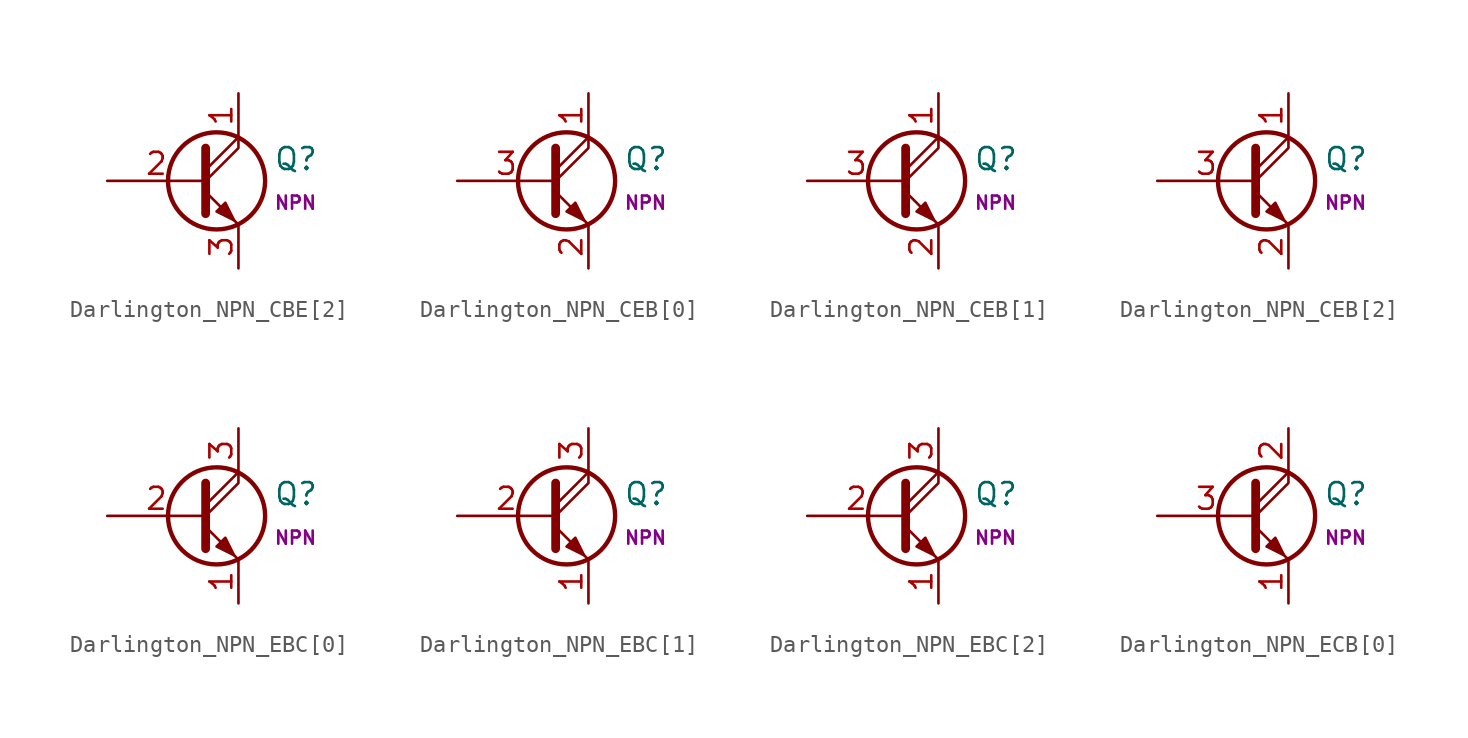
<source format=kicad_sym>
(kicad_symbol_lib
  (version 20211014)
  (generator kicad_symbol_editor)
  (symbol "Darlington_NPN_CBE[2]"
    (pin_names
      (offset 0) hide)
    (property "Reference" "Q"
      (at 4.572 1.27 0)
      (effects (font (size 1.27 1.27)) (justify left)))
    (property "Name" "NPN"
      (at 4.572 -1.27 0)
      (effects (font (size 0.762 0.762)) (justify left)))
    (symbol "Darlington_NPN_CBE[2]_0_1"
      (polyline (pts (xy 0.635 0.635) (xy 2.54 2.54)) (stroke (width 0) (type default) (color 0 0 0 0)) (fill (type none)))
      (polyline (pts (xy 0.635 -0.635) (xy 2.54 -2.54) (xy 2.54 -2.54)) (stroke (width 0) (type default) (color 0 0 0 0)) (fill (type none)))
      (polyline (pts (xy 0.635 0) (xy 2.54 1.905) (xy 2.54 2.54)) (stroke (width 0) (type default) (color 0 0 0 0)) (fill (type none)))
      (polyline (pts (xy 0.635 1.905) (xy 0.635 -1.905) (xy 0.635 -1.905)) (stroke (width 0.508) (type default) (color 0 0 0 0)) (fill (type none)))
      (polyline (pts (xy 1.27 -1.778) (xy 1.778 -1.27) (xy 2.286 -2.286) (xy 1.27 -1.778) (xy 1.27 -1.778)) (stroke (width 0) (type default) (color 0 0 0 0)) (fill (type outline)))
      (circle (center 1.27 0) (radius 2.819) (stroke (width 0.254) (type default) (color 0 0 0 0)) (fill (type none))))
    (symbol "Darlington_NPN_CBE[2]_1_1"
      (pin passive line (at 2.54 5.08 270) (length 2.54) (name "C" (effects (font (size 1.27 1.27)))) (number "1" (effects (font (size 1.27 1.27)))))
      (pin input line (at -5.08 0 0) (length 5.715) (name "B" (effects (font (size 1.27 1.27)))) (number "2" (effects (font (size 1.27 1.27)))))
      (pin passive line (at 2.54 -5.08 90) (length 2.54) (name "E" (effects (font (size 1.27 1.27)))) (number "3" (effects (font (size 1.27 1.27)))))))
  (symbol "Darlington_NPN_CEB[0]"
    (pin_names
      (offset 0) hide)
    (property "Reference" "Q"
      (at 4.572 1.27 0)
      (effects (font (size 1.27 1.27)) (justify left)))
    (property "Name" "NPN"
      (at 4.572 -1.27 0)
      (effects (font (size 0.762 0.762)) (justify left)))
    (symbol "Darlington_NPN_CEB[0]_0_1"
      (polyline (pts (xy 0.635 0.635) (xy 2.54 2.54)) (stroke (width 0) (type default) (color 0 0 0 0)) (fill (type none)))
      (polyline (pts (xy 0.635 -0.635) (xy 2.54 -2.54) (xy 2.54 -2.54)) (stroke (width 0) (type default) (color 0 0 0 0)) (fill (type none)))
      (polyline (pts (xy 0.635 0) (xy 2.54 1.905) (xy 2.54 2.54)) (stroke (width 0) (type default) (color 0 0 0 0)) (fill (type none)))
      (polyline (pts (xy 0.635 1.905) (xy 0.635 -1.905) (xy 0.635 -1.905)) (stroke (width 0.508) (type default) (color 0 0 0 0)) (fill (type none)))
      (polyline (pts (xy 1.27 -1.778) (xy 1.778 -1.27) (xy 2.286 -2.286) (xy 1.27 -1.778) (xy 1.27 -1.778)) (stroke (width 0) (type default) (color 0 0 0 0)) (fill (type outline)))
      (circle (center 1.27 0) (radius 2.819) (stroke (width 0.254) (type default) (color 0 0 0 0)) (fill (type none))))
    (symbol "Darlington_NPN_CEB[0]_1_1"
      (pin passive line (at 2.54 5.08 270) (length 2.54) (name "C" (effects (font (size 1.27 1.27)))) (number "1" (effects (font (size 1.27 1.27)))))
      (pin passive line (at 2.54 -5.08 90) (length 2.54) (name "E" (effects (font (size 1.27 1.27)))) (number "2" (effects (font (size 1.27 1.27)))))
      (pin input line (at -5.08 0 0) (length 5.715) (name "B" (effects (font (size 1.27 1.27)))) (number "3" (effects (font (size 1.27 1.27)))))))
  (symbol "Darlington_NPN_CEB[1]"
    (pin_names
      (offset 0) hide)
    (property "Reference" "Q"
      (at 4.572 1.27 0)
      (effects (font (size 1.27 1.27)) (justify left)))
    (property "Name" "NPN"
      (at 4.572 -1.27 0)
      (effects (font (size 0.762 0.762)) (justify left)))
    (symbol "Darlington_NPN_CEB[1]_0_1"
      (polyline (pts (xy 0.635 0.635) (xy 2.54 2.54)) (stroke (width 0) (type default) (color 0 0 0 0)) (fill (type none)))
      (polyline (pts (xy 0.635 -0.635) (xy 2.54 -2.54) (xy 2.54 -2.54)) (stroke (width 0) (type default) (color 0 0 0 0)) (fill (type none)))
      (polyline (pts (xy 0.635 0) (xy 2.54 1.905) (xy 2.54 2.54)) (stroke (width 0) (type default) (color 0 0 0 0)) (fill (type none)))
      (polyline (pts (xy 0.635 1.905) (xy 0.635 -1.905) (xy 0.635 -1.905)) (stroke (width 0.508) (type default) (color 0 0 0 0)) (fill (type none)))
      (polyline (pts (xy 1.27 -1.778) (xy 1.778 -1.27) (xy 2.286 -2.286) (xy 1.27 -1.778) (xy 1.27 -1.778)) (stroke (width 0) (type default) (color 0 0 0 0)) (fill (type outline)))
      (circle (center 1.27 0) (radius 2.819) (stroke (width 0.254) (type default) (color 0 0 0 0)) (fill (type none))))
    (symbol "Darlington_NPN_CEB[1]_1_1"
      (pin passive line (at 2.54 5.08 270) (length 2.54) (name "C" (effects (font (size 1.27 1.27)))) (number "1" (effects (font (size 1.27 1.27)))))
      (pin passive line (at 2.54 -5.08 90) (length 2.54) (name "E" (effects (font (size 1.27 1.27)))) (number "2" (effects (font (size 1.27 1.27)))))
      (pin input line (at -5.08 0 0) (length 5.715) (name "B" (effects (font (size 1.27 1.27)))) (number "3" (effects (font (size 1.27 1.27)))))))
  (symbol "Darlington_NPN_CEB[2]"
    (pin_names
      (offset 0) hide)
    (property "Reference" "Q"
      (at 4.572 1.27 0)
      (effects (font (size 1.27 1.27)) (justify left)))
    (property "Name" "NPN"
      (at 4.572 -1.27 0)
      (effects (font (size 0.762 0.762)) (justify left)))
    (symbol "Darlington_NPN_CEB[2]_0_1"
      (polyline (pts (xy 0.635 0.635) (xy 2.54 2.54)) (stroke (width 0) (type default) (color 0 0 0 0)) (fill (type none)))
      (polyline (pts (xy 0.635 -0.635) (xy 2.54 -2.54) (xy 2.54 -2.54)) (stroke (width 0) (type default) (color 0 0 0 0)) (fill (type none)))
      (polyline (pts (xy 0.635 0) (xy 2.54 1.905) (xy 2.54 2.54)) (stroke (width 0) (type default) (color 0 0 0 0)) (fill (type none)))
      (polyline (pts (xy 0.635 1.905) (xy 0.635 -1.905) (xy 0.635 -1.905)) (stroke (width 0.508) (type default) (color 0 0 0 0)) (fill (type none)))
      (polyline (pts (xy 1.27 -1.778) (xy 1.778 -1.27) (xy 2.286 -2.286) (xy 1.27 -1.778) (xy 1.27 -1.778)) (stroke (width 0) (type default) (color 0 0 0 0)) (fill (type outline)))
      (circle (center 1.27 0) (radius 2.819) (stroke (width 0.254) (type default) (color 0 0 0 0)) (fill (type none))))
    (symbol "Darlington_NPN_CEB[2]_1_1"
      (pin passive line (at 2.54 5.08 270) (length 2.54) (name "C" (effects (font (size 1.27 1.27)))) (number "1" (effects (font (size 1.27 1.27)))))
      (pin passive line (at 2.54 -5.08 90) (length 2.54) (name "E" (effects (font (size 1.27 1.27)))) (number "2" (effects (font (size 1.27 1.27)))))
      (pin input line (at -5.08 0 0) (length 5.715) (name "B" (effects (font (size 1.27 1.27)))) (number "3" (effects (font (size 1.27 1.27)))))))
  (symbol "Darlington_NPN_EBC[0]"
    (pin_names
      (offset 0) hide)
    (property "Reference" "Q"
      (at 4.572 1.27 0)
      (effects (font (size 1.27 1.27)) (justify left)))
    (property "Name" "NPN"
      (at 4.572 -1.27 0)
      (effects (font (size 0.762 0.762)) (justify left)))
    (symbol "Darlington_NPN_EBC[0]_0_1"
      (polyline (pts (xy 0.635 0.635) (xy 2.54 2.54)) (stroke (width 0) (type default) (color 0 0 0 0)) (fill (type none)))
      (polyline (pts (xy 0.635 -0.635) (xy 2.54 -2.54) (xy 2.54 -2.54)) (stroke (width 0) (type default) (color 0 0 0 0)) (fill (type none)))
      (polyline (pts (xy 0.635 0) (xy 2.54 1.905) (xy 2.54 2.54)) (stroke (width 0) (type default) (color 0 0 0 0)) (fill (type none)))
      (polyline (pts (xy 0.635 1.905) (xy 0.635 -1.905) (xy 0.635 -1.905)) (stroke (width 0.508) (type default) (color 0 0 0 0)) (fill (type none)))
      (polyline (pts (xy 1.27 -1.778) (xy 1.778 -1.27) (xy 2.286 -2.286) (xy 1.27 -1.778) (xy 1.27 -1.778)) (stroke (width 0) (type default) (color 0 0 0 0)) (fill (type outline)))
      (circle (center 1.27 0) (radius 2.819) (stroke (width 0.254) (type default) (color 0 0 0 0)) (fill (type none))))
    (symbol "Darlington_NPN_EBC[0]_1_1"
      (pin passive line (at 2.54 -5.08 90) (length 2.54) (name "E" (effects (font (size 1.27 1.27)))) (number "1" (effects (font (size 1.27 1.27)))))
      (pin passive line (at -5.08 0 0) (length 5.715) (name "B" (effects (font (size 1.27 1.27)))) (number "2" (effects (font (size 1.27 1.27)))))
      (pin passive line (at 2.54 5.08 270) (length 2.54) (name "C" (effects (font (size 1.27 1.27)))) (number "3" (effects (font (size 1.27 1.27)))))))
  (symbol "Darlington_NPN_EBC[1]"
    (pin_names
      (offset 0) hide)
    (property "Reference" "Q"
      (at 4.572 1.27 0)
      (effects (font (size 1.27 1.27)) (justify left)))
    (property "Name" "NPN"
      (at 4.572 -1.27 0)
      (effects (font (size 0.762 0.762)) (justify left)))
    (symbol "Darlington_NPN_EBC[1]_0_1"
      (polyline (pts (xy 0.635 0.635) (xy 2.54 2.54)) (stroke (width 0) (type default) (color 0 0 0 0)) (fill (type none)))
      (polyline (pts (xy 0.635 -0.635) (xy 2.54 -2.54) (xy 2.54 -2.54)) (stroke (width 0) (type default) (color 0 0 0 0)) (fill (type none)))
      (polyline (pts (xy 0.635 0) (xy 2.54 1.905) (xy 2.54 2.54)) (stroke (width 0) (type default) (color 0 0 0 0)) (fill (type none)))
      (polyline (pts (xy 0.635 1.905) (xy 0.635 -1.905) (xy 0.635 -1.905)) (stroke (width 0.508) (type default) (color 0 0 0 0)) (fill (type none)))
      (polyline (pts (xy 1.27 -1.778) (xy 1.778 -1.27) (xy 2.286 -2.286) (xy 1.27 -1.778) (xy 1.27 -1.778)) (stroke (width 0) (type default) (color 0 0 0 0)) (fill (type outline)))
      (circle (center 1.27 0) (radius 2.819) (stroke (width 0.254) (type default) (color 0 0 0 0)) (fill (type none))))
    (symbol "Darlington_NPN_EBC[1]_1_1"
      (pin passive line (at 2.54 -5.08 90) (length 2.54) (name "E" (effects (font (size 1.27 1.27)))) (number "1" (effects (font (size 1.27 1.27)))))
      (pin passive line (at -5.08 0 0) (length 5.715) (name "B" (effects (font (size 1.27 1.27)))) (number "2" (effects (font (size 1.27 1.27)))))
      (pin passive line (at 2.54 5.08 270) (length 2.54) (name "C" (effects (font (size 1.27 1.27)))) (number "3" (effects (font (size 1.27 1.27)))))))
  (symbol "Darlington_NPN_EBC[2]"
    (pin_names
      (offset 0) hide)
    (property "Reference" "Q"
      (at 4.572 1.27 0)
      (effects (font (size 1.27 1.27)) (justify left)))
    (property "Name" "NPN"
      (at 4.572 -1.27 0)
      (effects (font (size 0.762 0.762)) (justify left)))
    (symbol "Darlington_NPN_EBC[2]_0_1"
      (polyline (pts (xy 0.635 0.635) (xy 2.54 2.54)) (stroke (width 0) (type default) (color 0 0 0 0)) (fill (type none)))
      (polyline (pts (xy 0.635 -0.635) (xy 2.54 -2.54) (xy 2.54 -2.54)) (stroke (width 0) (type default) (color 0 0 0 0)) (fill (type none)))
      (polyline (pts (xy 0.635 0) (xy 2.54 1.905) (xy 2.54 2.54)) (stroke (width 0) (type default) (color 0 0 0 0)) (fill (type none)))
      (polyline (pts (xy 0.635 1.905) (xy 0.635 -1.905) (xy 0.635 -1.905)) (stroke (width 0.508) (type default) (color 0 0 0 0)) (fill (type none)))
      (polyline (pts (xy 1.27 -1.778) (xy 1.778 -1.27) (xy 2.286 -2.286) (xy 1.27 -1.778) (xy 1.27 -1.778)) (stroke (width 0) (type default) (color 0 0 0 0)) (fill (type outline)))
      (circle (center 1.27 0) (radius 2.819) (stroke (width 0.254) (type default) (color 0 0 0 0)) (fill (type none))))
    (symbol "Darlington_NPN_EBC[2]_1_1"
      (pin passive line (at 2.54 -5.08 90) (length 2.54) (name "E" (effects (font (size 1.27 1.27)))) (number "1" (effects (font (size 1.27 1.27)))))
      (pin passive line (at -5.08 0 0) (length 5.715) (name "B" (effects (font (size 1.27 1.27)))) (number "2" (effects (font (size 1.27 1.27)))))
      (pin passive line (at 2.54 5.08 270) (length 2.54) (name "C" (effects (font (size 1.27 1.27)))) (number "3" (effects (font (size 1.27 1.27)))))))
  (symbol "Darlington_NPN_ECB[0]"
    (pin_names
      (offset 0) hide)
    (property "Reference" "Q"
      (at 4.572 1.27 0)
      (effects (font (size 1.27 1.27)) (justify left)))
    (property "Name" "NPN"
      (at 4.572 -1.27 0)
      (effects (font (size 0.762 0.762)) (justify left)))
    (symbol "Darlington_NPN_ECB[0]_0_1"
      (polyline (pts (xy 0.635 0.635) (xy 2.54 2.54)) (stroke (width 0) (type default) (color 0 0 0 0)) (fill (type none)))
      (polyline (pts (xy 0.635 -0.635) (xy 2.54 -2.54) (xy 2.54 -2.54)) (stroke (width 0) (type default) (color 0 0 0 0)) (fill (type none)))
      (polyline (pts (xy 0.635 0) (xy 2.54 1.905) (xy 2.54 2.54)) (stroke (width 0) (type default) (color 0 0 0 0)) (fill (type none)))
      (polyline (pts (xy 0.635 1.905) (xy 0.635 -1.905) (xy 0.635 -1.905)) (stroke (width 0.508) (type default) (color 0 0 0 0)) (fill (type none)))
      (polyline (pts (xy 1.27 -1.778) (xy 1.778 -1.27) (xy 2.286 -2.286) (xy 1.27 -1.778) (xy 1.27 -1.778)) (stroke (width 0) (type default) (color 0 0 0 0)) (fill (type outline)))
      (circle (center 1.27 0) (radius 2.819) (stroke (width 0.254) (type default) (color 0 0 0 0)) (fill (type none))))
    (symbol "Darlington_NPN_ECB[0]_1_1"
      (pin passive line (at 2.54 -5.08 90) (length 2.54) (name "E" (effects (font (size 1.27 1.27)))) (number "1" (effects (font (size 1.27 1.27)))))
      (pin passive line (at 2.54 5.08 270) (length 2.54) (name "C" (effects (font (size 1.27 1.27)))) (number "2" (effects (font (size 1.27 1.27)))))
      (pin passive line (at -5.08 0 0) (length 5.715) (name "B" (effects (font (size 1.27 1.27)))) (number "3" (effects (font (size 1.27 1.27))))))))
</source>
